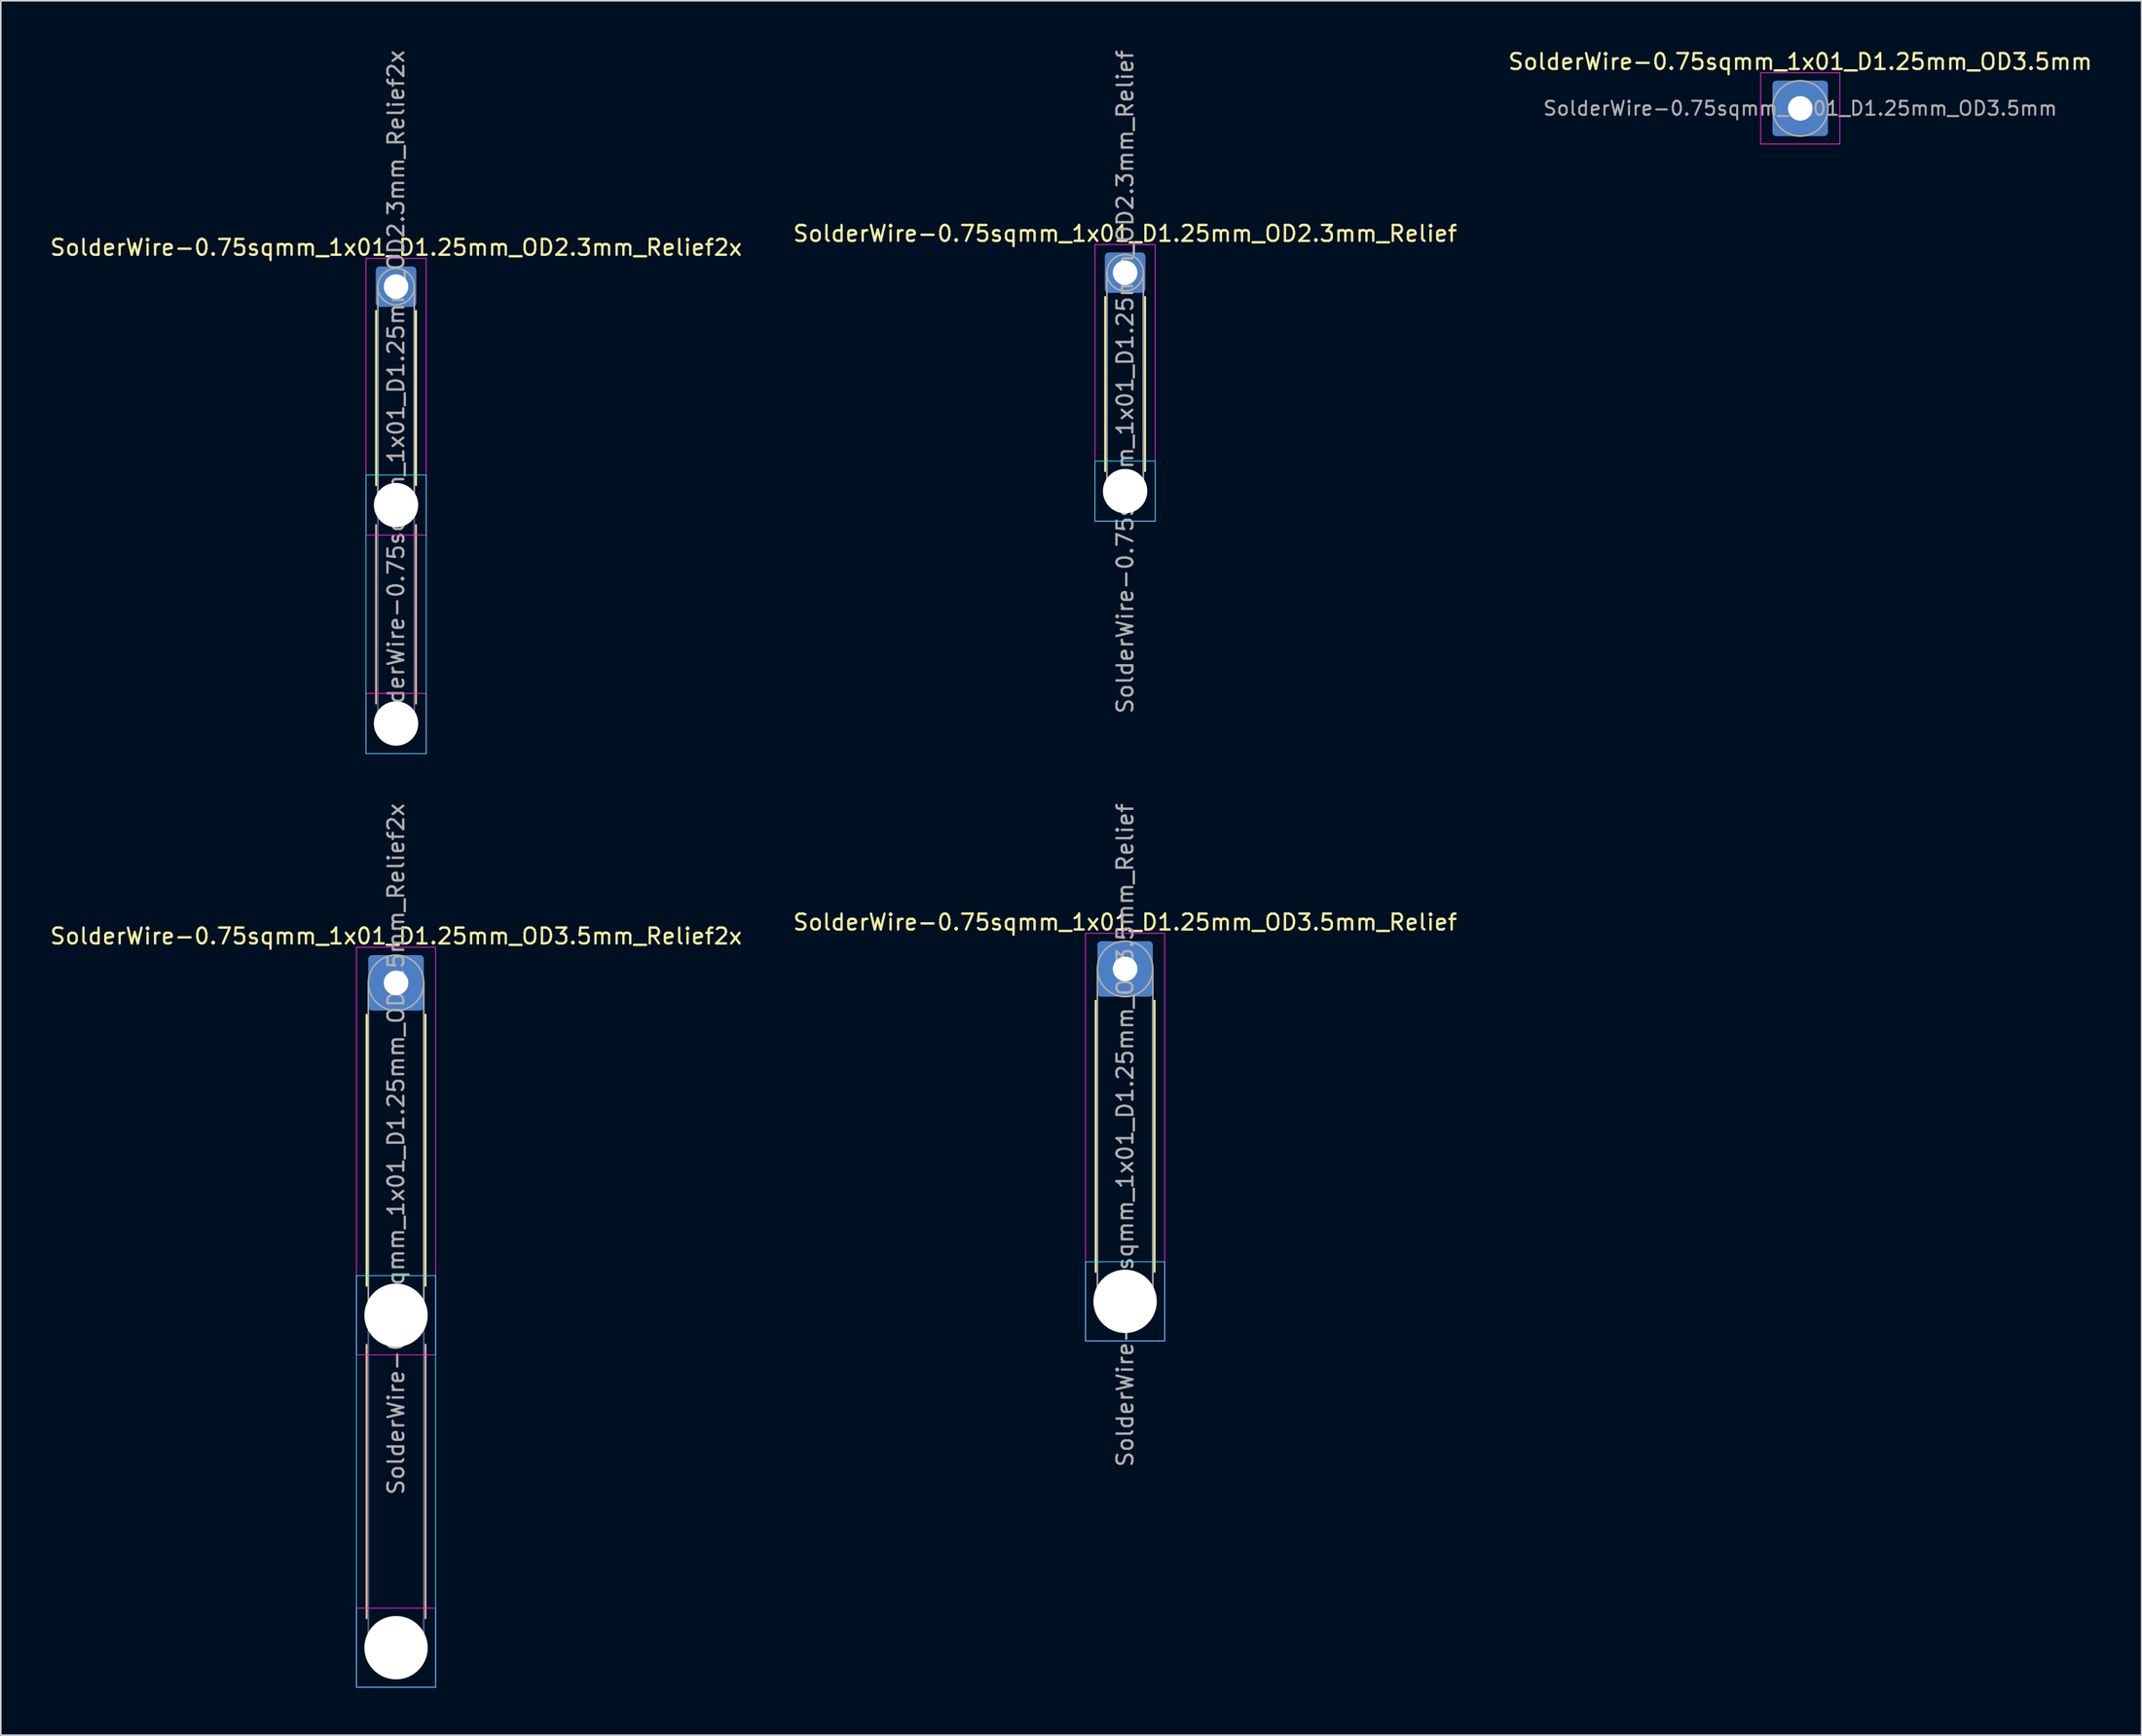
<source format=kicad_pcb>
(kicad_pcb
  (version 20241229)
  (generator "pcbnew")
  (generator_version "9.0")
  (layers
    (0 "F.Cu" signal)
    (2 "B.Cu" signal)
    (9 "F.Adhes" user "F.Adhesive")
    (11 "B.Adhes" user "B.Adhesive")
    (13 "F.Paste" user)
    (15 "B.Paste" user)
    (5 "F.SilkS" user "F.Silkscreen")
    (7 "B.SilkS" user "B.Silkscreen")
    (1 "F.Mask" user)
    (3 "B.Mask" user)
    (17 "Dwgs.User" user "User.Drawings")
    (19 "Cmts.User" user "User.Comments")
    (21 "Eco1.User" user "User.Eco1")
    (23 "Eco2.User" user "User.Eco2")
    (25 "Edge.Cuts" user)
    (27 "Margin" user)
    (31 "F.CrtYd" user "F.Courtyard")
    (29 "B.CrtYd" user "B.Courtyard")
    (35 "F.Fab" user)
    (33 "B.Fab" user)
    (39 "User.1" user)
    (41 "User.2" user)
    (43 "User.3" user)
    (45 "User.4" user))
  (footprint "SolderWire-0.75sqmm_1x01_D1.25mm_OD2.3mm_Relief"
    (layer "F.Cu")
    (at 67.994 14.177)
    (property "Reference" "SolderWire-0.75sqmm_1x01_D1.25mm_OD2.3mm_Relief" (at 0 -2.47 0) (layer "F.SilkS") (effects (font (size 1 1) (thickness 0.15))))
    (attr exclude_from_pos_files exclude_from_bom)
    (fp_line (start -1.26 1.535) (end -1.26 12.54) (stroke (width 0.12) (type solid)) (layer "F.SilkS"))
    (fp_line (start 1.26 1.535) (end 1.26 12.54) (stroke (width 0.12) (type solid)) (layer "F.SilkS"))
    (fp_line (start -1.9 11.9) (end -1.9 15.7) (stroke (width 0.05) (type solid)) (layer "B.CrtYd"))
    (fp_line (start -1.9 15.7) (end 1.9 15.7) (stroke (width 0.05) (type solid)) (layer "B.CrtYd"))
    (fp_line (start 1.9 11.9) (end -1.9 11.9) (stroke (width 0.05) (type solid)) (layer "B.CrtYd"))
    (fp_line (start 1.9 15.7) (end 1.9 11.9) (stroke (width 0.05) (type solid)) (layer "B.CrtYd"))
    (fp_line (start -1.9 -1.78) (end -1.9 15.7) (stroke (width 0.05) (type solid)) (layer "F.CrtYd"))
    (fp_line (start -1.9 15.7) (end 1.9 15.7) (stroke (width 0.05) (type solid)) (layer "F.CrtYd"))
    (fp_line (start 1.9 -1.78) (end -1.9 -1.78) (stroke (width 0.05) (type solid)) (layer "F.CrtYd"))
    (fp_line (start 1.9 15.7) (end 1.9 -1.78) (stroke (width 0.05) (type solid)) (layer "F.CrtYd"))
    (fp_line (start -1.15 0) (end -1.15 13.8) (stroke (width 0.1) (type solid)) (layer "F.Fab"))
    (fp_line (start 1.15 0) (end 1.15 13.8) (stroke (width 0.1) (type solid)) (layer "F.Fab"))
    (fp_circle (center 0 0) (end 1.15 0) (stroke (width 0.1) (type solid)) (fill no) (layer "F.Fab"))
    (fp_circle (center 0 13.8) (end 1.15 13.8) (stroke (width 0.1) (type solid)) (fill no) (layer "F.Fab"))
    (fp_text user "${REFERENCE}" (at 0 6.9 90) (layer "F.Fab") (effects (font (size 1 1) (thickness 0.15))))
    (pad "" np_thru_hole circle (at 0 13.8) (size 2.8 2.8) (drill 2.8) (layers "*.Cu" "*.Mask"))
    (pad "1" thru_hole roundrect (at 0 0) (size 2.55 2.55) (drill 1.55) (layers "*.Cu" "*.Mask") (roundrect_rratio 0.098)))
  (footprint "SolderWire-0.75sqmm_1x01_D1.25mm_OD3.5mm"
    (layer "F.Cu")
    (at 110.625 3.798)
    (property "Reference" "SolderWire-0.75sqmm_1x01_D1.25mm_OD3.5mm" (at 0 -2.95 0) (layer "F.SilkS") (effects (font (size 1 1) (thickness 0.15))))
    (attr exclude_from_pos_files exclude_from_bom)
    (fp_line (start -2.5 -2.25) (end -2.5 2.25) (stroke (width 0.05) (type solid)) (layer "F.CrtYd"))
    (fp_line (start -2.5 2.25) (end 2.5 2.25) (stroke (width 0.05) (type solid)) (layer "F.CrtYd"))
    (fp_line (start 2.5 -2.25) (end -2.5 -2.25) (stroke (width 0.05) (type solid)) (layer "F.CrtYd"))
    (fp_line (start 2.5 2.25) (end 2.5 -2.25) (stroke (width 0.05) (type solid)) (layer "F.CrtYd"))
    (fp_circle (center 0 0) (end 1.75 0) (stroke (width 0.1) (type solid)) (fill no) (layer "F.Fab"))
    (fp_text user "${REFERENCE}" (at 0 0 0) (layer "F.Fab") (effects (font (size 0.88 0.88) (thickness 0.13))))
    (pad "1" thru_hole roundrect (at 0 0) (size 3.5 3.5) (drill 1.55) (layers "*.Cu" "*.Mask") (roundrect_rratio 0.071)))
  (footprint "SolderWire-0.75sqmm_1x01_D1.25mm_OD3.5mm_Relief"
    (layer "F.Cu")
    (at 67.994 58.161)
    (property "Reference" "SolderWire-0.75sqmm_1x01_D1.25mm_OD3.5mm_Relief" (at 0 -2.95 0) (layer "F.SilkS") (effects (font (size 1 1) (thickness 0.15))))
    (attr exclude_from_pos_files exclude_from_bom)
    (fp_line (start -1.86 2.01) (end -1.86 19.14) (stroke (width 0.12) (type solid)) (layer "F.SilkS"))
    (fp_line (start 1.86 2.01) (end 1.86 19.14) (stroke (width 0.12) (type solid)) (layer "F.SilkS"))
    (fp_line (start -2.5 18.5) (end -2.5 23.5) (stroke (width 0.05) (type solid)) (layer "B.CrtYd"))
    (fp_line (start -2.5 23.5) (end 2.5 23.5) (stroke (width 0.05) (type solid)) (layer "B.CrtYd"))
    (fp_line (start 2.5 18.5) (end -2.5 18.5) (stroke (width 0.05) (type solid)) (layer "B.CrtYd"))
    (fp_line (start 2.5 23.5) (end 2.5 18.5) (stroke (width 0.05) (type solid)) (layer "B.CrtYd"))
    (fp_line (start -2.5 -2.25) (end -2.5 23.5) (stroke (width 0.05) (type solid)) (layer "F.CrtYd"))
    (fp_line (start -2.5 23.5) (end 2.5 23.5) (stroke (width 0.05) (type solid)) (layer "F.CrtYd"))
    (fp_line (start 2.5 -2.25) (end -2.5 -2.25) (stroke (width 0.05) (type solid)) (layer "F.CrtYd"))
    (fp_line (start 2.5 23.5) (end 2.5 -2.25) (stroke (width 0.05) (type solid)) (layer "F.CrtYd"))
    (fp_line (start -1.75 0) (end -1.75 21) (stroke (width 0.1) (type solid)) (layer "F.Fab"))
    (fp_line (start 1.75 0) (end 1.75 21) (stroke (width 0.1) (type solid)) (layer "F.Fab"))
    (fp_circle (center 0 0) (end 1.75 0) (stroke (width 0.1) (type solid)) (fill no) (layer "F.Fab"))
    (fp_circle (center 0 21) (end 1.75 21) (stroke (width 0.1) (type solid)) (fill no) (layer "F.Fab"))
    (fp_text user "${REFERENCE}" (at 0 10.5 90) (layer "F.Fab") (effects (font (size 1 1) (thickness 0.15))))
    (pad "" np_thru_hole circle (at 0 21) (size 4 4) (drill 4) (layers "*.Cu" "*.Mask"))
    (pad "1" thru_hole roundrect (at 0 0) (size 3.5 3.5) (drill 1.55) (layers "*.Cu" "*.Mask") (roundrect_rratio 0.071)))
  (footprint "SolderWire-0.75sqmm_1x01_D1.25mm_OD3.5mm_Relief2x"
    (layer "F.Cu")
    (at 21.958 59.042)
    (property "Reference" "SolderWire-0.75sqmm_1x01_D1.25mm_OD3.5mm_Relief2x" (at 0 -2.95 0) (layer "F.SilkS") (effects (font (size 1 1) (thickness 0.15))))
    (attr exclude_from_pos_files exclude_from_bom)
    (fp_line (start -1.86 2.01) (end -1.86 19.14) (stroke (width 0.12) (type solid)) (layer "F.SilkS"))
    (fp_line (start 1.86 2.01) (end 1.86 19.14) (stroke (width 0.12) (type solid)) (layer "F.SilkS"))
    (fp_line (start -1.86 22.86) (end -1.86 40.14) (stroke (width 0.12) (type solid)) (layer "B.SilkS"))
    (fp_line (start 1.86 22.86) (end 1.86 40.14) (stroke (width 0.12) (type solid)) (layer "B.SilkS"))
    (fp_line (start -2.5 18.5) (end -2.5 44.5) (stroke (width 0.05) (type solid)) (layer "B.CrtYd"))
    (fp_line (start -2.5 44.5) (end 2.5 44.5) (stroke (width 0.05) (type solid)) (layer "B.CrtYd"))
    (fp_line (start 2.5 18.5) (end -2.5 18.5) (stroke (width 0.05) (type solid)) (layer "B.CrtYd"))
    (fp_line (start 2.5 44.5) (end 2.5 18.5) (stroke (width 0.05) (type solid)) (layer "B.CrtYd"))
    (fp_line (start -2.5 -2.25) (end -2.5 23.5) (stroke (width 0.05) (type solid)) (layer "F.CrtYd"))
    (fp_line (start -2.5 23.5) (end 2.5 23.5) (stroke (width 0.05) (type solid)) (layer "F.CrtYd"))
    (fp_line (start -2.5 39.5) (end -2.5 44.5) (stroke (width 0.05) (type solid)) (layer "F.CrtYd"))
    (fp_line (start -2.5 44.5) (end 2.5 44.5) (stroke (width 0.05) (type solid)) (layer "F.CrtYd"))
    (fp_line (start 2.5 -2.25) (end -2.5 -2.25) (stroke (width 0.05) (type solid)) (layer "F.CrtYd"))
    (fp_line (start 2.5 23.5) (end 2.5 -2.25) (stroke (width 0.05) (type solid)) (layer "F.CrtYd"))
    (fp_line (start 2.5 39.5) (end -2.5 39.5) (stroke (width 0.05) (type solid)) (layer "F.CrtYd"))
    (fp_line (start 2.5 44.5) (end 2.5 39.5) (stroke (width 0.05) (type solid)) (layer "F.CrtYd"))
    (fp_line (start -1.75 21) (end -1.75 42) (stroke (width 0.1) (type solid)) (layer "B.Fab"))
    (fp_line (start 1.75 21) (end 1.75 42) (stroke (width 0.1) (type solid)) (layer "B.Fab"))
    (fp_circle (center 0 21) (end 1.75 21) (stroke (width 0.1) (type solid)) (fill no) (layer "B.Fab"))
    (fp_circle (center 0 42) (end 1.75 42) (stroke (width 0.1) (type solid)) (fill no) (layer "B.Fab"))
    (fp_line (start -1.75 0) (end -1.75 21) (stroke (width 0.1) (type solid)) (layer "F.Fab"))
    (fp_line (start 1.75 0) (end 1.75 21) (stroke (width 0.1) (type solid)) (layer "F.Fab"))
    (fp_circle (center 0 0) (end 1.75 0) (stroke (width 0.1) (type solid)) (fill no) (layer "F.Fab"))
    (fp_circle (center 0 21) (end 1.75 21) (stroke (width 0.1) (type solid)) (fill no) (layer "F.Fab"))
    (fp_circle (center 0 42) (end 1.75 42) (stroke (width 0.1) (type solid)) (fill no) (layer "F.Fab"))
    (fp_text user "${REFERENCE}" (at 0 10.5 90) (layer "F.Fab") (effects (font (size 1 1) (thickness 0.15))))
    (pad "" np_thru_hole circle (at 0 21) (size 4 4) (drill 4) (layers "*.Cu" "*.Mask"))
    (pad "" np_thru_hole circle (at 0 42) (size 4 4) (drill 4) (layers "*.Cu" "*.Mask"))
    (pad "1" thru_hole roundrect (at 0 0) (size 3.5 3.5) (drill 1.55) (layers "*.Cu" "*.Mask") (roundrect_rratio 0.071)))
  (footprint "SolderWire-0.75sqmm_1x01_D1.25mm_OD2.3mm_Relief2x"
    (layer "F.Cu")
    (at 21.958 15.058)
    (property "Reference" "SolderWire-0.75sqmm_1x01_D1.25mm_OD2.3mm_Relief2x" (at 0 -2.47 0) (layer "F.SilkS") (effects (font (size 1 1) (thickness 0.15))))
    (attr exclude_from_pos_files exclude_from_bom)
    (fp_line (start -1.26 1.535) (end -1.26 12.54) (stroke (width 0.12) (type solid)) (layer "F.SilkS"))
    (fp_line (start 1.26 1.535) (end 1.26 12.54) (stroke (width 0.12) (type solid)) (layer "F.SilkS"))
    (fp_line (start -1.26 15.06) (end -1.26 26.34) (stroke (width 0.12) (type solid)) (layer "B.SilkS"))
    (fp_line (start 1.26 15.06) (end 1.26 26.34) (stroke (width 0.12) (type solid)) (layer "B.SilkS"))
    (fp_line (start -1.9 11.9) (end -1.9 29.5) (stroke (width 0.05) (type solid)) (layer "B.CrtYd"))
    (fp_line (start -1.9 29.5) (end 1.9 29.5) (stroke (width 0.05) (type solid)) (layer "B.CrtYd"))
    (fp_line (start 1.9 11.9) (end -1.9 11.9) (stroke (width 0.05) (type solid)) (layer "B.CrtYd"))
    (fp_line (start 1.9 29.5) (end 1.9 11.9) (stroke (width 0.05) (type solid)) (layer "B.CrtYd"))
    (fp_line (start -1.9 -1.78) (end -1.9 15.7) (stroke (width 0.05) (type solid)) (layer "F.CrtYd"))
    (fp_line (start -1.9 15.7) (end 1.9 15.7) (stroke (width 0.05) (type solid)) (layer "F.CrtYd"))
    (fp_line (start -1.9 25.7) (end -1.9 29.5) (stroke (width 0.05) (type solid)) (layer "F.CrtYd"))
    (fp_line (start -1.9 29.5) (end 1.9 29.5) (stroke (width 0.05) (type solid)) (layer "F.CrtYd"))
    (fp_line (start 1.9 -1.78) (end -1.9 -1.78) (stroke (width 0.05) (type solid)) (layer "F.CrtYd"))
    (fp_line (start 1.9 15.7) (end 1.9 -1.78) (stroke (width 0.05) (type solid)) (layer "F.CrtYd"))
    (fp_line (start 1.9 25.7) (end -1.9 25.7) (stroke (width 0.05) (type solid)) (layer "F.CrtYd"))
    (fp_line (start 1.9 29.5) (end 1.9 25.7) (stroke (width 0.05) (type solid)) (layer "F.CrtYd"))
    (fp_line (start -1.15 13.8) (end -1.15 27.6) (stroke (width 0.1) (type solid)) (layer "B.Fab"))
    (fp_line (start 1.15 13.8) (end 1.15 27.6) (stroke (width 0.1) (type solid)) (layer "B.Fab"))
    (fp_circle (center 0 13.8) (end 1.15 13.8) (stroke (width 0.1) (type solid)) (fill no) (layer "B.Fab"))
    (fp_circle (center 0 27.6) (end 1.15 27.6) (stroke (width 0.1) (type solid)) (fill no) (layer "B.Fab"))
    (fp_line (start -1.15 0) (end -1.15 13.8) (stroke (width 0.1) (type solid)) (layer "F.Fab"))
    (fp_line (start 1.15 0) (end 1.15 13.8) (stroke (width 0.1) (type solid)) (layer "F.Fab"))
    (fp_circle (center 0 0) (end 1.15 0) (stroke (width 0.1) (type solid)) (fill no) (layer "F.Fab"))
    (fp_circle (center 0 13.8) (end 1.15 13.8) (stroke (width 0.1) (type solid)) (fill no) (layer "F.Fab"))
    (fp_circle (center 0 27.6) (end 1.15 27.6) (stroke (width 0.1) (type solid)) (fill no) (layer "F.Fab"))
    (fp_text user "${REFERENCE}" (at 0 6.9 90) (layer "F.Fab") (effects (font (size 1 1) (thickness 0.15))))
    (pad "" np_thru_hole circle (at 0 13.8) (size 2.8 2.8) (drill 2.8) (layers "*.Cu" "*.Mask"))
    (pad "" np_thru_hole circle (at 0 27.6) (size 2.8 2.8) (drill 2.8) (layers "*.Cu" "*.Mask"))
    (pad "1" thru_hole roundrect (at 0 0) (size 2.55 2.55) (drill 1.55) (layers "*.Cu" "*.Mask") (roundrect_rratio 0.098)))
  (gr_rect
    (start -3 -3)
    (end 132.179 106.567)
    (stroke (width 0.1) (type default))
    (fill no)
    (layer "Edge.Cuts")))
</source>
